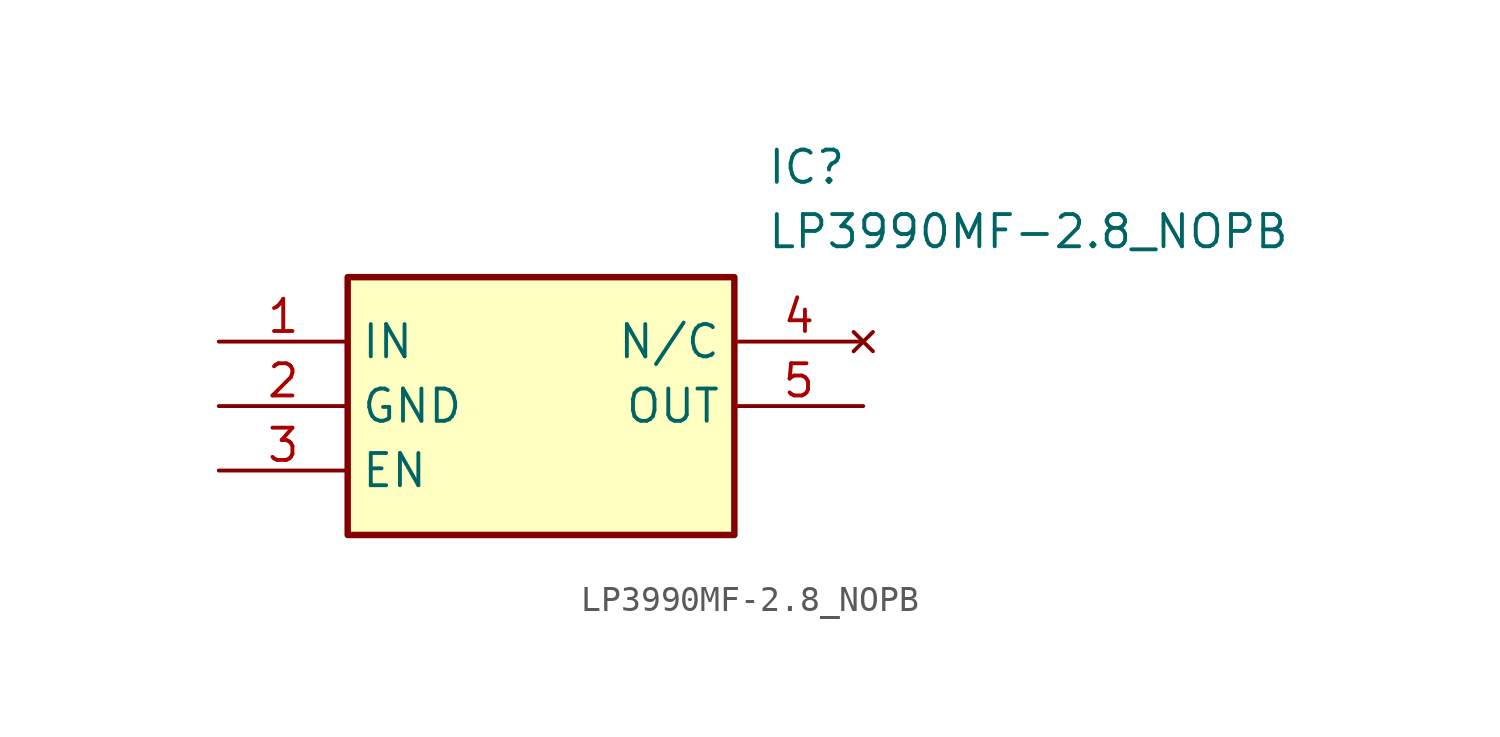
<source format=kicad_sym>
(kicad_symbol_lib
  (version 20211014)
  (generator SamacSys_ECAD_Model)
  (symbol "LP3990MF-2.8_NOPB"
    (property "Reference" "IC"
      (at 21.59 7.62 0)
      (effects (font (size 1.27 1.27)) (justify left top)))
    (property "Value" "LP3990MF-2.8_NOPB"
      (at 21.59 5.08 0)
      (effects (font (size 1.27 1.27)) (justify left top)))
    (rectangle
      (start 5.08 2.54)
      (end 20.32 -7.62)
      (stroke (width 0.254) (type default))
      (fill (type background)))
    (pin passive line
      (at 0 0 0)
      (length 5.08)
      (name "IN" (effects (font (size 1.27 1.27))))
      (number "1" (effects (font (size 1.27 1.27)))))
    (pin passive line
      (at 0 -2.54 0)
      (length 5.08)
      (name "GND" (effects (font (size 1.27 1.27))))
      (number "2" (effects (font (size 1.27 1.27)))))
    (pin passive line
      (at 0 -5.08 0)
      (length 5.08)
      (name "EN" (effects (font (size 1.27 1.27))))
      (number "3" (effects (font (size 1.27 1.27)))))
    (pin no_connect line
      (at 25.4 0 180)
      (length 5.08)
      (name "N/C" (effects (font (size 1.27 1.27))))
      (number "4" (effects (font (size 1.27 1.27)))))
    (pin passive line
      (at 25.4 -2.54 180)
      (length 5.08)
      (name "OUT" (effects (font (size 1.27 1.27))))
      (number "5" (effects (font (size 1.27 1.27)))))))
</source>
